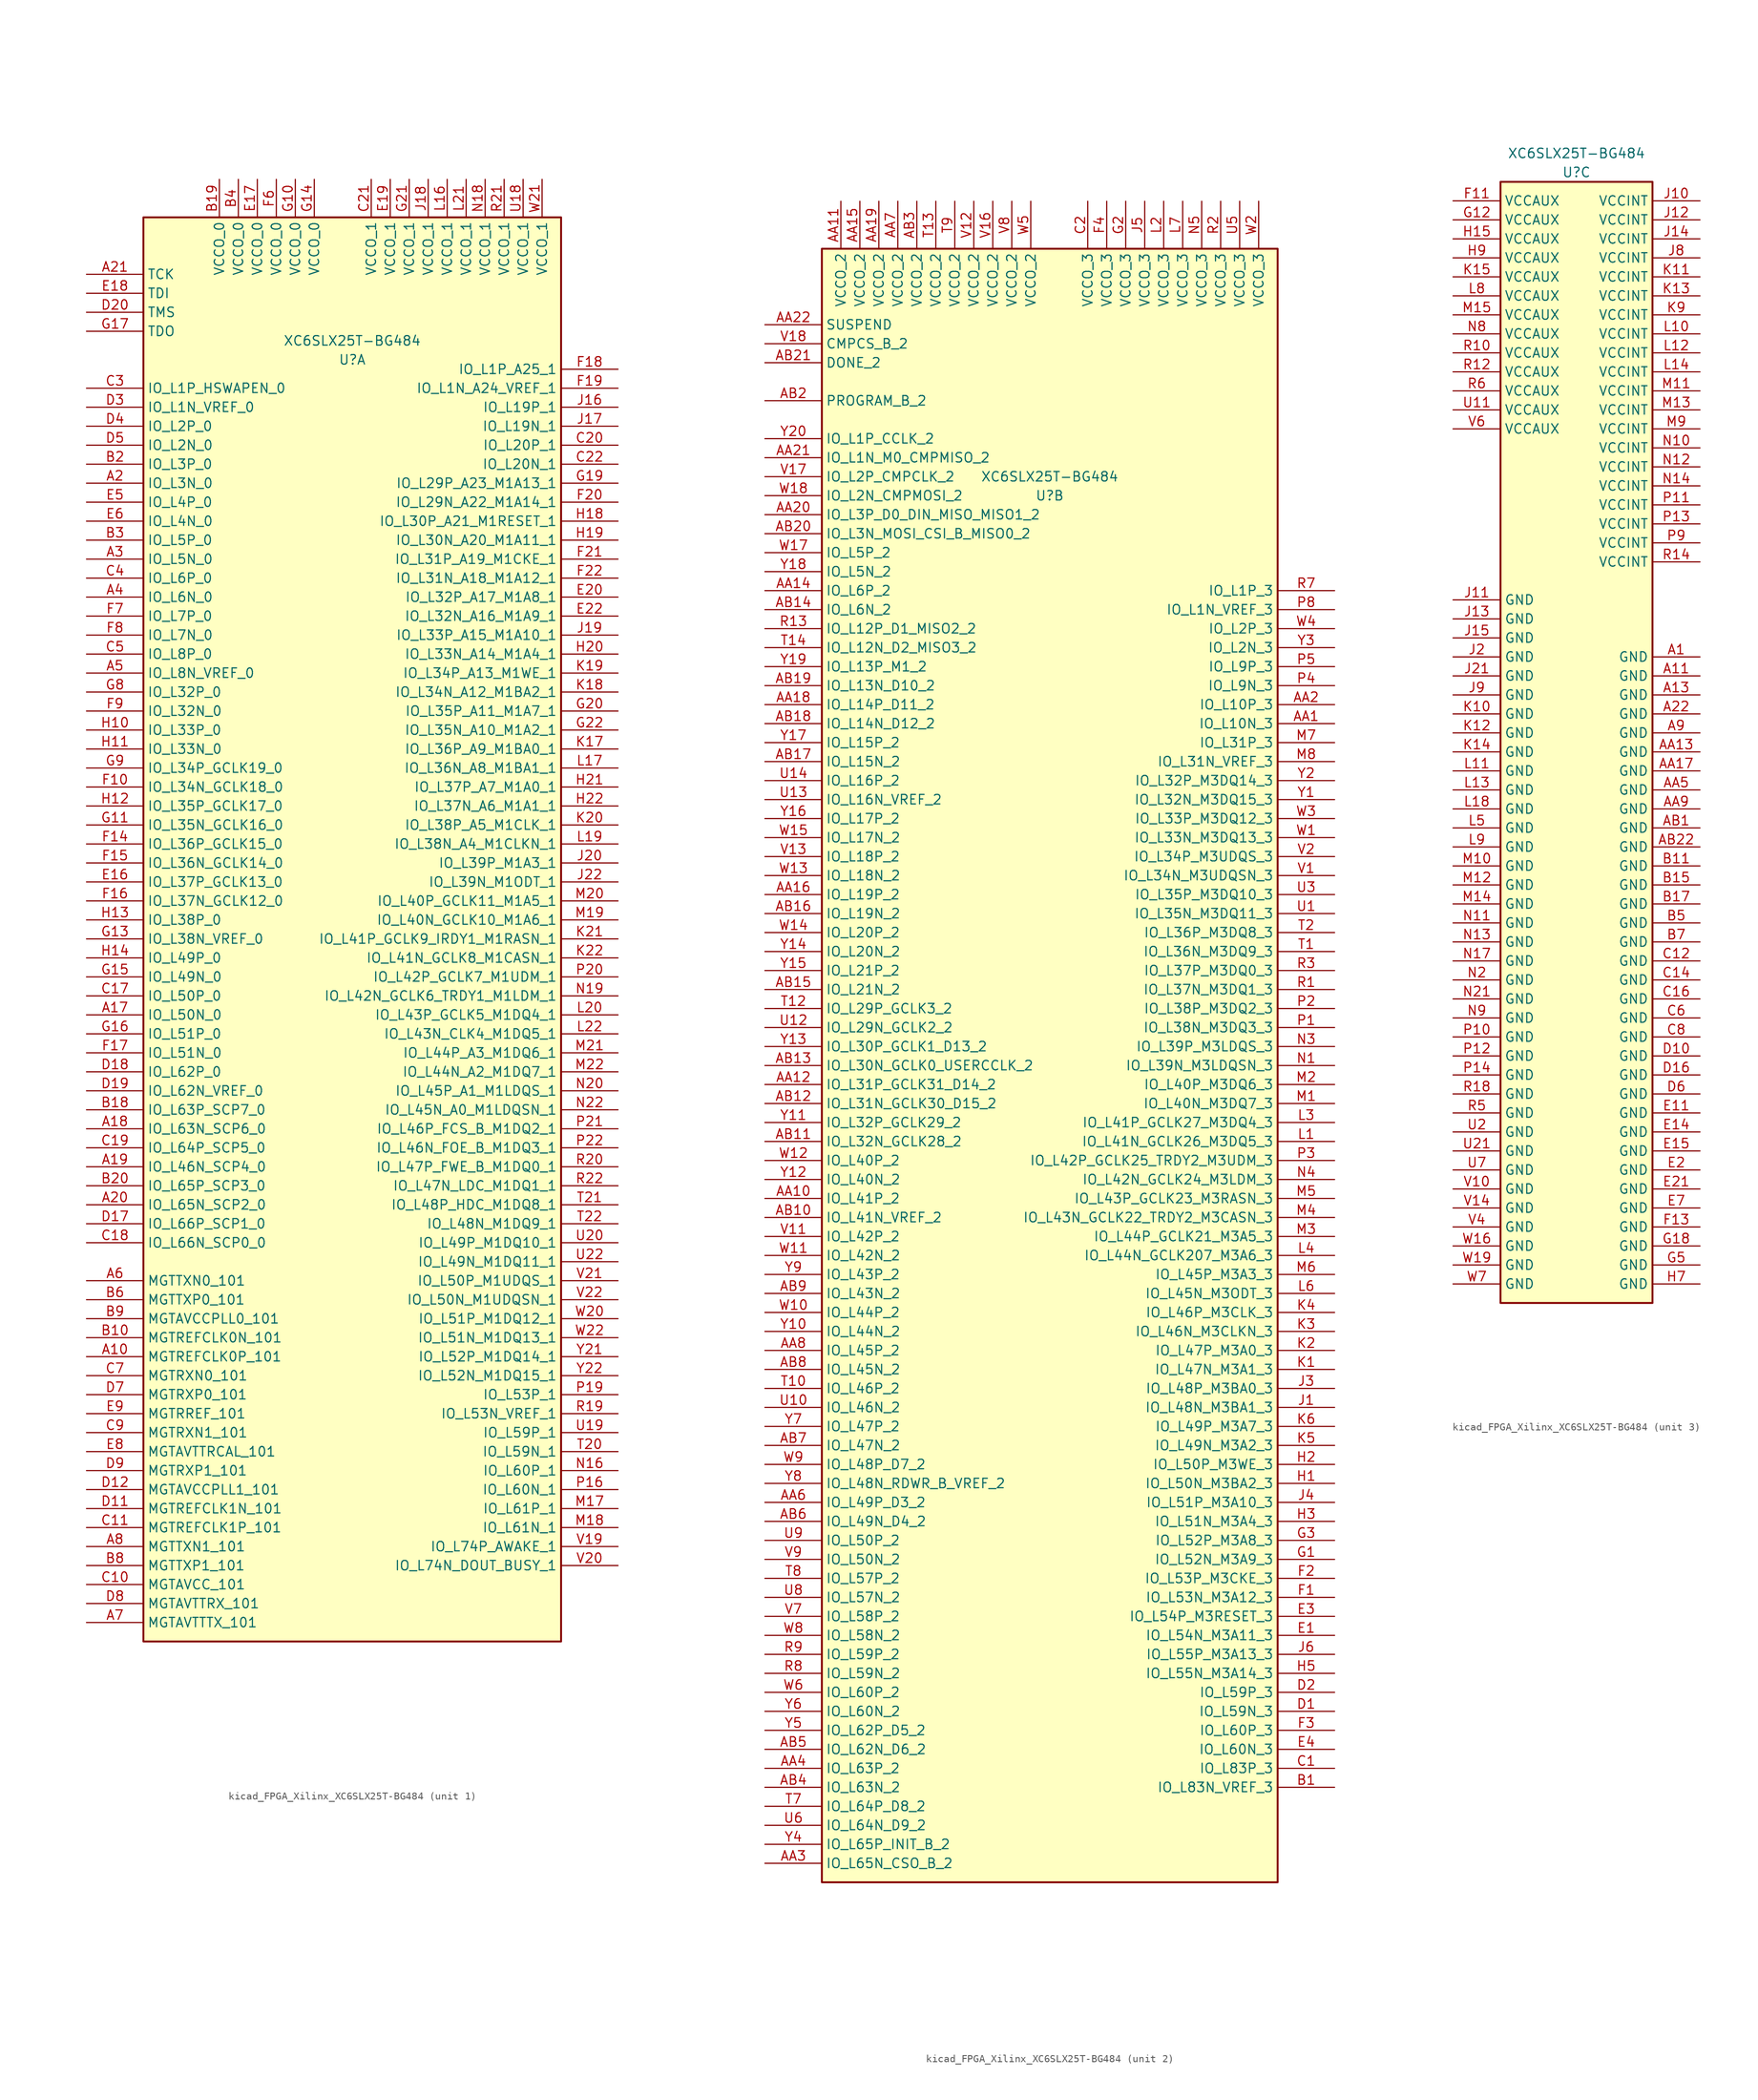
<source format=kicad_sym>
(kicad_symbol_lib
  (version 20220914)
  (generator kicad_symbol_editor)
  (symbol "kicad_FPGA_Xilinx_XC6SLX25T-BG484"
    (property "Reference" "U"
      (at 0 76.2 0)
      (effects (font (size 1.27 1.27))))
    (property "Value" "XC6SLX25T-BG484"
      (at 0 78.74 0)
      (effects (font (size 1.27 1.27))))
    (property "ki_locked" ""
      (at 0 0 0)
      (effects (font (size 1.27 1.27))))
    (symbol "kicad_FPGA_Xilinx_XC6SLX25T-BG484_1_1"
      (rectangle (start -27.94 95.25) (end 27.94 -95.25) (stroke (width 0.254) (type default)) (fill (type background)))
      (pin input line (at -35.56 -57.15 0) (length 7.62) (name "MGTREFCLK0P_101" (effects (font (size 1.27 1.27)))) (number "A10" (effects (font (size 1.27 1.27)))))
      (pin bidirectional line (at -35.56 -11.43 0) (length 7.62) (name "IO_L50N_0" (effects (font (size 1.27 1.27)))) (number "A17" (effects (font (size 1.27 1.27)))))
      (pin bidirectional line (at -35.56 -26.67 0) (length 7.62) (name "IO_L63N_SCP6_0" (effects (font (size 1.27 1.27)))) (number "A18" (effects (font (size 1.27 1.27)))))
      (pin bidirectional line (at -35.56 -31.75 0) (length 7.62) (name "IO_L46N_SCP4_0" (effects (font (size 1.27 1.27)))) (number "A19" (effects (font (size 1.27 1.27)))))
      (pin bidirectional line (at -35.56 59.69 0) (length 7.62) (name "IO_L3N_0" (effects (font (size 1.27 1.27)))) (number "A2" (effects (font (size 1.27 1.27)))))
      (pin bidirectional line (at -35.56 -36.83 0) (length 7.62) (name "IO_L65N_SCP2_0" (effects (font (size 1.27 1.27)))) (number "A20" (effects (font (size 1.27 1.27)))))
      (pin input line (at -35.56 87.63 0) (length 7.62) (name "TCK" (effects (font (size 1.27 1.27)))) (number "A21" (effects (font (size 1.27 1.27)))))
      (pin bidirectional line (at -35.56 49.53 0) (length 7.62) (name "IO_L5N_0" (effects (font (size 1.27 1.27)))) (number "A3" (effects (font (size 1.27 1.27)))))
      (pin bidirectional line (at -35.56 44.45 0) (length 7.62) (name "IO_L6N_0" (effects (font (size 1.27 1.27)))) (number "A4" (effects (font (size 1.27 1.27)))))
      (pin bidirectional line (at -35.56 34.29 0) (length 7.62) (name "IO_L8N_VREF_0" (effects (font (size 1.27 1.27)))) (number "A5" (effects (font (size 1.27 1.27)))))
      (pin output line (at -35.56 -46.99 0) (length 7.62) (name "MGTTXN0_101" (effects (font (size 1.27 1.27)))) (number "A6" (effects (font (size 1.27 1.27)))))
      (pin passive line (at -35.56 -92.71 0) (length 7.62) (name "MGTAVTTTX_101" (effects (font (size 1.27 1.27)))) (number "A7" (effects (font (size 1.27 1.27)))))
      (pin output line (at -35.56 -82.55 0) (length 7.62) (name "MGTTXN1_101" (effects (font (size 1.27 1.27)))) (number "A8" (effects (font (size 1.27 1.27)))))
      (pin input line (at -35.56 -54.61 0) (length 7.62) (name "MGTREFCLK0N_101" (effects (font (size 1.27 1.27)))) (number "B10" (effects (font (size 1.27 1.27)))))
      (pin bidirectional line (at -35.56 -24.13 0) (length 7.62) (name "IO_L63P_SCP7_0" (effects (font (size 1.27 1.27)))) (number "B18" (effects (font (size 1.27 1.27)))))
      (pin power_in line (at -17.78 100.33 270) (length 5.08) (name "VCCO_0" (effects (font (size 1.27 1.27)))) (number "B19" (effects (font (size 1.27 1.27)))))
      (pin bidirectional line (at -35.56 62.23 0) (length 7.62) (name "IO_L3P_0" (effects (font (size 1.27 1.27)))) (number "B2" (effects (font (size 1.27 1.27)))))
      (pin bidirectional line (at -35.56 -34.29 0) (length 7.62) (name "IO_L65P_SCP3_0" (effects (font (size 1.27 1.27)))) (number "B20" (effects (font (size 1.27 1.27)))))
      (pin bidirectional line (at -35.56 52.07 0) (length 7.62) (name "IO_L5P_0" (effects (font (size 1.27 1.27)))) (number "B3" (effects (font (size 1.27 1.27)))))
      (pin power_in line (at -15.24 100.33 270) (length 5.08) (name "VCCO_0" (effects (font (size 1.27 1.27)))) (number "B4" (effects (font (size 1.27 1.27)))))
      (pin output line (at -35.56 -49.53 0) (length 7.62) (name "MGTTXP0_101" (effects (font (size 1.27 1.27)))) (number "B6" (effects (font (size 1.27 1.27)))))
      (pin output line (at -35.56 -85.09 0) (length 7.62) (name "MGTTXP1_101" (effects (font (size 1.27 1.27)))) (number "B8" (effects (font (size 1.27 1.27)))))
      (pin passive line (at -35.56 -52.07 0) (length 7.62) (name "MGTAVCCPLL0_101" (effects (font (size 1.27 1.27)))) (number "B9" (effects (font (size 1.27 1.27)))))
      (pin passive line (at -35.56 -87.63 0) (length 7.62) (name "MGTAVCC_101" (effects (font (size 1.27 1.27)))) (number "C10" (effects (font (size 1.27 1.27)))))
      (pin input line (at -35.56 -80.01 0) (length 7.62) (name "MGTREFCLK1P_101" (effects (font (size 1.27 1.27)))) (number "C11" (effects (font (size 1.27 1.27)))))
      (pin bidirectional line (at -35.56 -8.89 0) (length 7.62) (name "IO_L50P_0" (effects (font (size 1.27 1.27)))) (number "C17" (effects (font (size 1.27 1.27)))))
      (pin bidirectional line (at -35.56 -41.91 0) (length 7.62) (name "IO_L66N_SCP0_0" (effects (font (size 1.27 1.27)))) (number "C18" (effects (font (size 1.27 1.27)))))
      (pin bidirectional line (at -35.56 -29.21 0) (length 7.62) (name "IO_L64P_SCP5_0" (effects (font (size 1.27 1.27)))) (number "C19" (effects (font (size 1.27 1.27)))))
      (pin bidirectional line (at 35.56 64.77 180) (length 7.62) (name "IO_L20P_1" (effects (font (size 1.27 1.27)))) (number "C20" (effects (font (size 1.27 1.27)))))
      (pin power_in line (at 2.54 100.33 270) (length 5.08) (name "VCCO_1" (effects (font (size 1.27 1.27)))) (number "C21" (effects (font (size 1.27 1.27)))))
      (pin bidirectional line (at 35.56 62.23 180) (length 7.62) (name "IO_L20N_1" (effects (font (size 1.27 1.27)))) (number "C22" (effects (font (size 1.27 1.27)))))
      (pin bidirectional line (at -35.56 72.39 0) (length 7.62) (name "IO_L1P_HSWAPEN_0" (effects (font (size 1.27 1.27)))) (number "C3" (effects (font (size 1.27 1.27)))))
      (pin bidirectional line (at -35.56 46.99 0) (length 7.62) (name "IO_L6P_0" (effects (font (size 1.27 1.27)))) (number "C4" (effects (font (size 1.27 1.27)))))
      (pin bidirectional line (at -35.56 36.83 0) (length 7.62) (name "IO_L8P_0" (effects (font (size 1.27 1.27)))) (number "C5" (effects (font (size 1.27 1.27)))))
      (pin input line (at -35.56 -59.69 0) (length 7.62) (name "MGTRXN0_101" (effects (font (size 1.27 1.27)))) (number "C7" (effects (font (size 1.27 1.27)))))
      (pin input line (at -35.56 -67.31 0) (length 7.62) (name "MGTRXN1_101" (effects (font (size 1.27 1.27)))) (number "C9" (effects (font (size 1.27 1.27)))))
      (pin input line (at -35.56 -77.47 0) (length 7.62) (name "MGTREFCLK1N_101" (effects (font (size 1.27 1.27)))) (number "D11" (effects (font (size 1.27 1.27)))))
      (pin passive line (at -35.56 -74.93 0) (length 7.62) (name "MGTAVCCPLL1_101" (effects (font (size 1.27 1.27)))) (number "D12" (effects (font (size 1.27 1.27)))))
      (pin bidirectional line (at -35.56 -39.37 0) (length 7.62) (name "IO_L66P_SCP1_0" (effects (font (size 1.27 1.27)))) (number "D17" (effects (font (size 1.27 1.27)))))
      (pin bidirectional line (at -35.56 -19.05 0) (length 7.62) (name "IO_L62P_0" (effects (font (size 1.27 1.27)))) (number "D18" (effects (font (size 1.27 1.27)))))
      (pin bidirectional line (at -35.56 -21.59 0) (length 7.62) (name "IO_L62N_VREF_0" (effects (font (size 1.27 1.27)))) (number "D19" (effects (font (size 1.27 1.27)))))
      (pin input line (at -35.56 82.55 0) (length 7.62) (name "TMS" (effects (font (size 1.27 1.27)))) (number "D20" (effects (font (size 1.27 1.27)))))
      (pin bidirectional line (at -35.56 69.85 0) (length 7.62) (name "IO_L1N_VREF_0" (effects (font (size 1.27 1.27)))) (number "D3" (effects (font (size 1.27 1.27)))))
      (pin bidirectional line (at -35.56 67.31 0) (length 7.62) (name "IO_L2P_0" (effects (font (size 1.27 1.27)))) (number "D4" (effects (font (size 1.27 1.27)))))
      (pin bidirectional line (at -35.56 64.77 0) (length 7.62) (name "IO_L2N_0" (effects (font (size 1.27 1.27)))) (number "D5" (effects (font (size 1.27 1.27)))))
      (pin input line (at -35.56 -62.23 0) (length 7.62) (name "MGTRXP0_101" (effects (font (size 1.27 1.27)))) (number "D7" (effects (font (size 1.27 1.27)))))
      (pin passive line (at -35.56 -90.17 0) (length 7.62) (name "MGTAVTTRX_101" (effects (font (size 1.27 1.27)))) (number "D8" (effects (font (size 1.27 1.27)))))
      (pin input line (at -35.56 -72.39 0) (length 7.62) (name "MGTRXP1_101" (effects (font (size 1.27 1.27)))) (number "D9" (effects (font (size 1.27 1.27)))))
      (pin bidirectional line (at -35.56 6.35 0) (length 7.62) (name "IO_L37P_GCLK13_0" (effects (font (size 1.27 1.27)))) (number "E16" (effects (font (size 1.27 1.27)))))
      (pin power_in line (at -12.7 100.33 270) (length 5.08) (name "VCCO_0" (effects (font (size 1.27 1.27)))) (number "E17" (effects (font (size 1.27 1.27)))))
      (pin input line (at -35.56 85.09 0) (length 7.62) (name "TDI" (effects (font (size 1.27 1.27)))) (number "E18" (effects (font (size 1.27 1.27)))))
      (pin power_in line (at 5.08 100.33 270) (length 5.08) (name "VCCO_1" (effects (font (size 1.27 1.27)))) (number "E19" (effects (font (size 1.27 1.27)))))
      (pin bidirectional line (at 35.56 44.45 180) (length 7.62) (name "IO_L32P_A17_M1A8_1" (effects (font (size 1.27 1.27)))) (number "E20" (effects (font (size 1.27 1.27)))))
      (pin bidirectional line (at 35.56 41.91 180) (length 7.62) (name "IO_L32N_A16_M1A9_1" (effects (font (size 1.27 1.27)))) (number "E22" (effects (font (size 1.27 1.27)))))
      (pin bidirectional line (at -35.56 57.15 0) (length 7.62) (name "IO_L4P_0" (effects (font (size 1.27 1.27)))) (number "E5" (effects (font (size 1.27 1.27)))))
      (pin bidirectional line (at -35.56 54.61 0) (length 7.62) (name "IO_L4N_0" (effects (font (size 1.27 1.27)))) (number "E6" (effects (font (size 1.27 1.27)))))
      (pin passive line (at -35.56 -69.85 0) (length 7.62) (name "MGTAVTTRCAL_101" (effects (font (size 1.27 1.27)))) (number "E8" (effects (font (size 1.27 1.27)))))
      (pin input line (at -35.56 -64.77 0) (length 7.62) (name "MGTRREF_101" (effects (font (size 1.27 1.27)))) (number "E9" (effects (font (size 1.27 1.27)))))
      (pin bidirectional line (at -35.56 19.05 0) (length 7.62) (name "IO_L34N_GCLK18_0" (effects (font (size 1.27 1.27)))) (number "F10" (effects (font (size 1.27 1.27)))))
      (pin bidirectional line (at -35.56 11.43 0) (length 7.62) (name "IO_L36P_GCLK15_0" (effects (font (size 1.27 1.27)))) (number "F14" (effects (font (size 1.27 1.27)))))
      (pin bidirectional line (at -35.56 8.89 0) (length 7.62) (name "IO_L36N_GCLK14_0" (effects (font (size 1.27 1.27)))) (number "F15" (effects (font (size 1.27 1.27)))))
      (pin bidirectional line (at -35.56 3.81 0) (length 7.62) (name "IO_L37N_GCLK12_0" (effects (font (size 1.27 1.27)))) (number "F16" (effects (font (size 1.27 1.27)))))
      (pin bidirectional line (at -35.56 -16.51 0) (length 7.62) (name "IO_L51N_0" (effects (font (size 1.27 1.27)))) (number "F17" (effects (font (size 1.27 1.27)))))
      (pin bidirectional line (at 35.56 74.93 180) (length 7.62) (name "IO_L1P_A25_1" (effects (font (size 1.27 1.27)))) (number "F18" (effects (font (size 1.27 1.27)))))
      (pin bidirectional line (at 35.56 72.39 180) (length 7.62) (name "IO_L1N_A24_VREF_1" (effects (font (size 1.27 1.27)))) (number "F19" (effects (font (size 1.27 1.27)))))
      (pin bidirectional line (at 35.56 57.15 180) (length 7.62) (name "IO_L29N_A22_M1A14_1" (effects (font (size 1.27 1.27)))) (number "F20" (effects (font (size 1.27 1.27)))))
      (pin bidirectional line (at 35.56 49.53 180) (length 7.62) (name "IO_L31P_A19_M1CKE_1" (effects (font (size 1.27 1.27)))) (number "F21" (effects (font (size 1.27 1.27)))))
      (pin bidirectional line (at 35.56 46.99 180) (length 7.62) (name "IO_L31N_A18_M1A12_1" (effects (font (size 1.27 1.27)))) (number "F22" (effects (font (size 1.27 1.27)))))
      (pin power_in line (at -10.16 100.33 270) (length 5.08) (name "VCCO_0" (effects (font (size 1.27 1.27)))) (number "F6" (effects (font (size 1.27 1.27)))))
      (pin bidirectional line (at -35.56 41.91 0) (length 7.62) (name "IO_L7P_0" (effects (font (size 1.27 1.27)))) (number "F7" (effects (font (size 1.27 1.27)))))
      (pin bidirectional line (at -35.56 39.37 0) (length 7.62) (name "IO_L7N_0" (effects (font (size 1.27 1.27)))) (number "F8" (effects (font (size 1.27 1.27)))))
      (pin bidirectional line (at -35.56 29.21 0) (length 7.62) (name "IO_L32N_0" (effects (font (size 1.27 1.27)))) (number "F9" (effects (font (size 1.27 1.27)))))
      (pin power_in line (at -7.62 100.33 270) (length 5.08) (name "VCCO_0" (effects (font (size 1.27 1.27)))) (number "G10" (effects (font (size 1.27 1.27)))))
      (pin bidirectional line (at -35.56 13.97 0) (length 7.62) (name "IO_L35N_GCLK16_0" (effects (font (size 1.27 1.27)))) (number "G11" (effects (font (size 1.27 1.27)))))
      (pin bidirectional line (at -35.56 -1.27 0) (length 7.62) (name "IO_L38N_VREF_0" (effects (font (size 1.27 1.27)))) (number "G13" (effects (font (size 1.27 1.27)))))
      (pin power_in line (at -5.08 100.33 270) (length 5.08) (name "VCCO_0" (effects (font (size 1.27 1.27)))) (number "G14" (effects (font (size 1.27 1.27)))))
      (pin bidirectional line (at -35.56 -6.35 0) (length 7.62) (name "IO_L49N_0" (effects (font (size 1.27 1.27)))) (number "G15" (effects (font (size 1.27 1.27)))))
      (pin bidirectional line (at -35.56 -13.97 0) (length 7.62) (name "IO_L51P_0" (effects (font (size 1.27 1.27)))) (number "G16" (effects (font (size 1.27 1.27)))))
      (pin output line (at -35.56 80.01 0) (length 7.62) (name "TDO" (effects (font (size 1.27 1.27)))) (number "G17" (effects (font (size 1.27 1.27)))))
      (pin bidirectional line (at 35.56 59.69 180) (length 7.62) (name "IO_L29P_A23_M1A13_1" (effects (font (size 1.27 1.27)))) (number "G19" (effects (font (size 1.27 1.27)))))
      (pin bidirectional line (at 35.56 29.21 180) (length 7.62) (name "IO_L35P_A11_M1A7_1" (effects (font (size 1.27 1.27)))) (number "G20" (effects (font (size 1.27 1.27)))))
      (pin power_in line (at 7.62 100.33 270) (length 5.08) (name "VCCO_1" (effects (font (size 1.27 1.27)))) (number "G21" (effects (font (size 1.27 1.27)))))
      (pin bidirectional line (at 35.56 26.67 180) (length 7.62) (name "IO_L35N_A10_M1A2_1" (effects (font (size 1.27 1.27)))) (number "G22" (effects (font (size 1.27 1.27)))))
      (pin bidirectional line (at -35.56 31.75 0) (length 7.62) (name "IO_L32P_0" (effects (font (size 1.27 1.27)))) (number "G8" (effects (font (size 1.27 1.27)))))
      (pin bidirectional line (at -35.56 21.59 0) (length 7.62) (name "IO_L34P_GCLK19_0" (effects (font (size 1.27 1.27)))) (number "G9" (effects (font (size 1.27 1.27)))))
      (pin bidirectional line (at -35.56 26.67 0) (length 7.62) (name "IO_L33P_0" (effects (font (size 1.27 1.27)))) (number "H10" (effects (font (size 1.27 1.27)))))
      (pin bidirectional line (at -35.56 24.13 0) (length 7.62) (name "IO_L33N_0" (effects (font (size 1.27 1.27)))) (number "H11" (effects (font (size 1.27 1.27)))))
      (pin bidirectional line (at -35.56 16.51 0) (length 7.62) (name "IO_L35P_GCLK17_0" (effects (font (size 1.27 1.27)))) (number "H12" (effects (font (size 1.27 1.27)))))
      (pin bidirectional line (at -35.56 1.27 0) (length 7.62) (name "IO_L38P_0" (effects (font (size 1.27 1.27)))) (number "H13" (effects (font (size 1.27 1.27)))))
      (pin bidirectional line (at -35.56 -3.81 0) (length 7.62) (name "IO_L49P_0" (effects (font (size 1.27 1.27)))) (number "H14" (effects (font (size 1.27 1.27)))))
      (pin bidirectional line (at 35.56 54.61 180) (length 7.62) (name "IO_L30P_A21_M1RESET_1" (effects (font (size 1.27 1.27)))) (number "H18" (effects (font (size 1.27 1.27)))))
      (pin bidirectional line (at 35.56 52.07 180) (length 7.62) (name "IO_L30N_A20_M1A11_1" (effects (font (size 1.27 1.27)))) (number "H19" (effects (font (size 1.27 1.27)))))
      (pin bidirectional line (at 35.56 36.83 180) (length 7.62) (name "IO_L33N_A14_M1A4_1" (effects (font (size 1.27 1.27)))) (number "H20" (effects (font (size 1.27 1.27)))))
      (pin bidirectional line (at 35.56 19.05 180) (length 7.62) (name "IO_L37P_A7_M1A0_1" (effects (font (size 1.27 1.27)))) (number "H21" (effects (font (size 1.27 1.27)))))
      (pin bidirectional line (at 35.56 16.51 180) (length 7.62) (name "IO_L37N_A6_M1A1_1" (effects (font (size 1.27 1.27)))) (number "H22" (effects (font (size 1.27 1.27)))))
      (pin bidirectional line (at 35.56 69.85 180) (length 7.62) (name "IO_L19P_1" (effects (font (size 1.27 1.27)))) (number "J16" (effects (font (size 1.27 1.27)))))
      (pin bidirectional line (at 35.56 67.31 180) (length 7.62) (name "IO_L19N_1" (effects (font (size 1.27 1.27)))) (number "J17" (effects (font (size 1.27 1.27)))))
      (pin power_in line (at 10.16 100.33 270) (length 5.08) (name "VCCO_1" (effects (font (size 1.27 1.27)))) (number "J18" (effects (font (size 1.27 1.27)))))
      (pin bidirectional line (at 35.56 39.37 180) (length 7.62) (name "IO_L33P_A15_M1A10_1" (effects (font (size 1.27 1.27)))) (number "J19" (effects (font (size 1.27 1.27)))))
      (pin bidirectional line (at 35.56 8.89 180) (length 7.62) (name "IO_L39P_M1A3_1" (effects (font (size 1.27 1.27)))) (number "J20" (effects (font (size 1.27 1.27)))))
      (pin bidirectional line (at 35.56 6.35 180) (length 7.62) (name "IO_L39N_M1ODT_1" (effects (font (size 1.27 1.27)))) (number "J22" (effects (font (size 1.27 1.27)))))
      (pin input line (at 35.56 24.13 180) (length 7.62) (name "IO_L36P_A9_M1BA0_1" (effects (font (size 1.27 1.27)))) (number "K17" (effects (font (size 1.27 1.27)))))
      (pin bidirectional line (at 35.56 31.75 180) (length 7.62) (name "IO_L34N_A12_M1BA2_1" (effects (font (size 1.27 1.27)))) (number "K18" (effects (font (size 1.27 1.27)))))
      (pin bidirectional line (at 35.56 34.29 180) (length 7.62) (name "IO_L34P_A13_M1WE_1" (effects (font (size 1.27 1.27)))) (number "K19" (effects (font (size 1.27 1.27)))))
      (pin bidirectional line (at 35.56 13.97 180) (length 7.62) (name "IO_L38P_A5_M1CLK_1" (effects (font (size 1.27 1.27)))) (number "K20" (effects (font (size 1.27 1.27)))))
      (pin bidirectional line (at 35.56 -1.27 180) (length 7.62) (name "IO_L41P_GCLK9_IRDY1_M1RASN_1" (effects (font (size 1.27 1.27)))) (number "K21" (effects (font (size 1.27 1.27)))))
      (pin bidirectional line (at 35.56 -3.81 180) (length 7.62) (name "IO_L41N_GCLK8_M1CASN_1" (effects (font (size 1.27 1.27)))) (number "K22" (effects (font (size 1.27 1.27)))))
      (pin power_in line (at 12.7 100.33 270) (length 5.08) (name "VCCO_1" (effects (font (size 1.27 1.27)))) (number "L16" (effects (font (size 1.27 1.27)))))
      (pin bidirectional line (at 35.56 21.59 180) (length 7.62) (name "IO_L36N_A8_M1BA1_1" (effects (font (size 1.27 1.27)))) (number "L17" (effects (font (size 1.27 1.27)))))
      (pin bidirectional line (at 35.56 11.43 180) (length 7.62) (name "IO_L38N_A4_M1CLKN_1" (effects (font (size 1.27 1.27)))) (number "L19" (effects (font (size 1.27 1.27)))))
      (pin bidirectional line (at 35.56 -11.43 180) (length 7.62) (name "IO_L43P_GCLK5_M1DQ4_1" (effects (font (size 1.27 1.27)))) (number "L20" (effects (font (size 1.27 1.27)))))
      (pin power_in line (at 15.24 100.33 270) (length 5.08) (name "VCCO_1" (effects (font (size 1.27 1.27)))) (number "L21" (effects (font (size 1.27 1.27)))))
      (pin bidirectional line (at 35.56 -13.97 180) (length 7.62) (name "IO_L43N_CLK4_M1DQ5_1" (effects (font (size 1.27 1.27)))) (number "L22" (effects (font (size 1.27 1.27)))))
      (pin bidirectional line (at 35.56 -77.47 180) (length 7.62) (name "IO_L61P_1" (effects (font (size 1.27 1.27)))) (number "M17" (effects (font (size 1.27 1.27)))))
      (pin bidirectional line (at 35.56 -80.01 180) (length 7.62) (name "IO_L61N_1" (effects (font (size 1.27 1.27)))) (number "M18" (effects (font (size 1.27 1.27)))))
      (pin bidirectional line (at 35.56 1.27 180) (length 7.62) (name "IO_L40N_GCLK10_M1A6_1" (effects (font (size 1.27 1.27)))) (number "M19" (effects (font (size 1.27 1.27)))))
      (pin bidirectional line (at 35.56 3.81 180) (length 7.62) (name "IO_L40P_GCLK11_M1A5_1" (effects (font (size 1.27 1.27)))) (number "M20" (effects (font (size 1.27 1.27)))))
      (pin bidirectional line (at 35.56 -16.51 180) (length 7.62) (name "IO_L44P_A3_M1DQ6_1" (effects (font (size 1.27 1.27)))) (number "M21" (effects (font (size 1.27 1.27)))))
      (pin bidirectional line (at 35.56 -19.05 180) (length 7.62) (name "IO_L44N_A2_M1DQ7_1" (effects (font (size 1.27 1.27)))) (number "M22" (effects (font (size 1.27 1.27)))))
      (pin bidirectional line (at 35.56 -72.39 180) (length 7.62) (name "IO_L60P_1" (effects (font (size 1.27 1.27)))) (number "N16" (effects (font (size 1.27 1.27)))))
      (pin power_in line (at 17.78 100.33 270) (length 5.08) (name "VCCO_1" (effects (font (size 1.27 1.27)))) (number "N18" (effects (font (size 1.27 1.27)))))
      (pin bidirectional line (at 35.56 -8.89 180) (length 7.62) (name "IO_L42N_GCLK6_TRDY1_M1LDM_1" (effects (font (size 1.27 1.27)))) (number "N19" (effects (font (size 1.27 1.27)))))
      (pin bidirectional line (at 35.56 -21.59 180) (length 7.62) (name "IO_L45P_A1_M1LDQS_1" (effects (font (size 1.27 1.27)))) (number "N20" (effects (font (size 1.27 1.27)))))
      (pin bidirectional line (at 35.56 -24.13 180) (length 7.62) (name "IO_L45N_A0_M1LDQSN_1" (effects (font (size 1.27 1.27)))) (number "N22" (effects (font (size 1.27 1.27)))))
      (pin bidirectional line (at 35.56 -74.93 180) (length 7.62) (name "IO_L60N_1" (effects (font (size 1.27 1.27)))) (number "P16" (effects (font (size 1.27 1.27)))))
      (pin bidirectional line (at 35.56 -62.23 180) (length 7.62) (name "IO_L53P_1" (effects (font (size 1.27 1.27)))) (number "P19" (effects (font (size 1.27 1.27)))))
      (pin bidirectional line (at 35.56 -6.35 180) (length 7.62) (name "IO_L42P_GCLK7_M1UDM_1" (effects (font (size 1.27 1.27)))) (number "P20" (effects (font (size 1.27 1.27)))))
      (pin bidirectional line (at 35.56 -26.67 180) (length 7.62) (name "IO_L46P_FCS_B_M1DQ2_1" (effects (font (size 1.27 1.27)))) (number "P21" (effects (font (size 1.27 1.27)))))
      (pin bidirectional line (at 35.56 -29.21 180) (length 7.62) (name "IO_L46N_FOE_B_M1DQ3_1" (effects (font (size 1.27 1.27)))) (number "P22" (effects (font (size 1.27 1.27)))))
      (pin bidirectional line (at 35.56 -64.77 180) (length 7.62) (name "IO_L53N_VREF_1" (effects (font (size 1.27 1.27)))) (number "R19" (effects (font (size 1.27 1.27)))))
      (pin bidirectional line (at 35.56 -31.75 180) (length 7.62) (name "IO_L47P_FWE_B_M1DQ0_1" (effects (font (size 1.27 1.27)))) (number "R20" (effects (font (size 1.27 1.27)))))
      (pin power_in line (at 20.32 100.33 270) (length 5.08) (name "VCCO_1" (effects (font (size 1.27 1.27)))) (number "R21" (effects (font (size 1.27 1.27)))))
      (pin bidirectional line (at 35.56 -34.29 180) (length 7.62) (name "IO_L47N_LDC_M1DQ1_1" (effects (font (size 1.27 1.27)))) (number "R22" (effects (font (size 1.27 1.27)))))
      (pin bidirectional line (at 35.56 -69.85 180) (length 7.62) (name "IO_L59N_1" (effects (font (size 1.27 1.27)))) (number "T20" (effects (font (size 1.27 1.27)))))
      (pin bidirectional line (at 35.56 -36.83 180) (length 7.62) (name "IO_L48P_HDC_M1DQ8_1" (effects (font (size 1.27 1.27)))) (number "T21" (effects (font (size 1.27 1.27)))))
      (pin bidirectional line (at 35.56 -39.37 180) (length 7.62) (name "IO_L48N_M1DQ9_1" (effects (font (size 1.27 1.27)))) (number "T22" (effects (font (size 1.27 1.27)))))
      (pin power_in line (at 22.86 100.33 270) (length 5.08) (name "VCCO_1" (effects (font (size 1.27 1.27)))) (number "U18" (effects (font (size 1.27 1.27)))))
      (pin bidirectional line (at 35.56 -67.31 180) (length 7.62) (name "IO_L59P_1" (effects (font (size 1.27 1.27)))) (number "U19" (effects (font (size 1.27 1.27)))))
      (pin bidirectional line (at 35.56 -41.91 180) (length 7.62) (name "IO_L49P_M1DQ10_1" (effects (font (size 1.27 1.27)))) (number "U20" (effects (font (size 1.27 1.27)))))
      (pin bidirectional line (at 35.56 -44.45 180) (length 7.62) (name "IO_L49N_M1DQ11_1" (effects (font (size 1.27 1.27)))) (number "U22" (effects (font (size 1.27 1.27)))))
      (pin bidirectional line (at 35.56 -82.55 180) (length 7.62) (name "IO_L74P_AWAKE_1" (effects (font (size 1.27 1.27)))) (number "V19" (effects (font (size 1.27 1.27)))))
      (pin bidirectional line (at 35.56 -85.09 180) (length 7.62) (name "IO_L74N_DOUT_BUSY_1" (effects (font (size 1.27 1.27)))) (number "V20" (effects (font (size 1.27 1.27)))))
      (pin bidirectional line (at 35.56 -46.99 180) (length 7.62) (name "IO_L50P_M1UDQS_1" (effects (font (size 1.27 1.27)))) (number "V21" (effects (font (size 1.27 1.27)))))
      (pin bidirectional line (at 35.56 -49.53 180) (length 7.62) (name "IO_L50N_M1UDQSN_1" (effects (font (size 1.27 1.27)))) (number "V22" (effects (font (size 1.27 1.27)))))
      (pin bidirectional line (at 35.56 -52.07 180) (length 7.62) (name "IO_L51P_M1DQ12_1" (effects (font (size 1.27 1.27)))) (number "W20" (effects (font (size 1.27 1.27)))))
      (pin power_in line (at 25.4 100.33 270) (length 5.08) (name "VCCO_1" (effects (font (size 1.27 1.27)))) (number "W21" (effects (font (size 1.27 1.27)))))
      (pin bidirectional line (at 35.56 -54.61 180) (length 7.62) (name "IO_L51N_M1DQ13_1" (effects (font (size 1.27 1.27)))) (number "W22" (effects (font (size 1.27 1.27)))))
      (pin bidirectional line (at 35.56 -57.15 180) (length 7.62) (name "IO_L52P_M1DQ14_1" (effects (font (size 1.27 1.27)))) (number "Y21" (effects (font (size 1.27 1.27)))))
      (pin bidirectional line (at 35.56 -59.69 180) (length 7.62) (name "IO_L52N_M1DQ15_1" (effects (font (size 1.27 1.27)))) (number "Y22" (effects (font (size 1.27 1.27))))))
    (symbol "kicad_FPGA_Xilinx_XC6SLX25T-BG484_2_1"
      (rectangle (start -30.48 109.22) (end 30.48 -109.22) (stroke (width 0.254) (type default)) (fill (type background)))
      (pin bidirectional line (at 38.1 45.72 180) (length 7.62) (name "IO_L10N_3" (effects (font (size 1.27 1.27)))) (number "AA1" (effects (font (size 1.27 1.27)))))
      (pin bidirectional line (at -38.1 -17.78 0) (length 7.62) (name "IO_L41P_2" (effects (font (size 1.27 1.27)))) (number "AA10" (effects (font (size 1.27 1.27)))))
      (pin power_in line (at -27.94 115.57 270) (length 6.35) (name "VCCO_2" (effects (font (size 1.27 1.27)))) (number "AA11" (effects (font (size 1.27 1.27)))))
      (pin bidirectional line (at -38.1 -2.54 0) (length 7.62) (name "IO_L31P_GCLK31_D14_2" (effects (font (size 1.27 1.27)))) (number "AA12" (effects (font (size 1.27 1.27)))))
      (pin bidirectional line (at -38.1 63.5 0) (length 7.62) (name "IO_L6P_2" (effects (font (size 1.27 1.27)))) (number "AA14" (effects (font (size 1.27 1.27)))))
      (pin power_in line (at -25.4 115.57 270) (length 6.35) (name "VCCO_2" (effects (font (size 1.27 1.27)))) (number "AA15" (effects (font (size 1.27 1.27)))))
      (pin bidirectional line (at -38.1 22.86 0) (length 7.62) (name "IO_L19P_2" (effects (font (size 1.27 1.27)))) (number "AA16" (effects (font (size 1.27 1.27)))))
      (pin bidirectional line (at -38.1 48.26 0) (length 7.62) (name "IO_L14P_D11_2" (effects (font (size 1.27 1.27)))) (number "AA18" (effects (font (size 1.27 1.27)))))
      (pin power_in line (at -22.86 115.57 270) (length 6.35) (name "VCCO_2" (effects (font (size 1.27 1.27)))) (number "AA19" (effects (font (size 1.27 1.27)))))
      (pin bidirectional line (at 38.1 48.26 180) (length 7.62) (name "IO_L10P_3" (effects (font (size 1.27 1.27)))) (number "AA2" (effects (font (size 1.27 1.27)))))
      (pin bidirectional line (at -38.1 73.66 0) (length 7.62) (name "IO_L3P_D0_DIN_MISO_MISO1_2" (effects (font (size 1.27 1.27)))) (number "AA20" (effects (font (size 1.27 1.27)))))
      (pin bidirectional line (at -38.1 81.28 0) (length 7.62) (name "IO_L1N_M0_CMPMISO_2" (effects (font (size 1.27 1.27)))) (number "AA21" (effects (font (size 1.27 1.27)))))
      (pin input line (at -38.1 99.06 0) (length 7.62) (name "SUSPEND" (effects (font (size 1.27 1.27)))) (number "AA22" (effects (font (size 1.27 1.27)))))
      (pin bidirectional line (at -38.1 -106.68 0) (length 7.62) (name "IO_L65N_CSO_B_2" (effects (font (size 1.27 1.27)))) (number "AA3" (effects (font (size 1.27 1.27)))))
      (pin bidirectional line (at -38.1 -93.98 0) (length 7.62) (name "IO_L63P_2" (effects (font (size 1.27 1.27)))) (number "AA4" (effects (font (size 1.27 1.27)))))
      (pin bidirectional line (at -38.1 -58.42 0) (length 7.62) (name "IO_L49P_D3_2" (effects (font (size 1.27 1.27)))) (number "AA6" (effects (font (size 1.27 1.27)))))
      (pin power_in line (at -20.32 115.57 270) (length 6.35) (name "VCCO_2" (effects (font (size 1.27 1.27)))) (number "AA7" (effects (font (size 1.27 1.27)))))
      (pin bidirectional line (at -38.1 -38.1 0) (length 7.62) (name "IO_L45P_2" (effects (font (size 1.27 1.27)))) (number "AA8" (effects (font (size 1.27 1.27)))))
      (pin bidirectional line (at -38.1 -20.32 0) (length 7.62) (name "IO_L41N_VREF_2" (effects (font (size 1.27 1.27)))) (number "AB10" (effects (font (size 1.27 1.27)))))
      (pin bidirectional line (at -38.1 -10.16 0) (length 7.62) (name "IO_L32N_GCLK28_2" (effects (font (size 1.27 1.27)))) (number "AB11" (effects (font (size 1.27 1.27)))))
      (pin bidirectional line (at -38.1 -5.08 0) (length 7.62) (name "IO_L31N_GCLK30_D15_2" (effects (font (size 1.27 1.27)))) (number "AB12" (effects (font (size 1.27 1.27)))))
      (pin bidirectional line (at -38.1 0 0) (length 7.62) (name "IO_L30N_GCLK0_USERCCLK_2" (effects (font (size 1.27 1.27)))) (number "AB13" (effects (font (size 1.27 1.27)))))
      (pin bidirectional line (at -38.1 60.96 0) (length 7.62) (name "IO_L6N_2" (effects (font (size 1.27 1.27)))) (number "AB14" (effects (font (size 1.27 1.27)))))
      (pin bidirectional line (at -38.1 10.16 0) (length 7.62) (name "IO_L21N_2" (effects (font (size 1.27 1.27)))) (number "AB15" (effects (font (size 1.27 1.27)))))
      (pin bidirectional line (at -38.1 20.32 0) (length 7.62) (name "IO_L19N_2" (effects (font (size 1.27 1.27)))) (number "AB16" (effects (font (size 1.27 1.27)))))
      (pin bidirectional line (at -38.1 40.64 0) (length 7.62) (name "IO_L15N_2" (effects (font (size 1.27 1.27)))) (number "AB17" (effects (font (size 1.27 1.27)))))
      (pin bidirectional line (at -38.1 45.72 0) (length 7.62) (name "IO_L14N_D12_2" (effects (font (size 1.27 1.27)))) (number "AB18" (effects (font (size 1.27 1.27)))))
      (pin bidirectional line (at -38.1 50.8 0) (length 7.62) (name "IO_L13N_D10_2" (effects (font (size 1.27 1.27)))) (number "AB19" (effects (font (size 1.27 1.27)))))
      (pin input line (at -38.1 88.9 0) (length 7.62) (name "PROGRAM_B_2" (effects (font (size 1.27 1.27)))) (number "AB2" (effects (font (size 1.27 1.27)))))
      (pin bidirectional line (at -38.1 71.12 0) (length 7.62) (name "IO_L3N_MOSI_CSI_B_MISO0_2" (effects (font (size 1.27 1.27)))) (number "AB20" (effects (font (size 1.27 1.27)))))
      (pin bidirectional line (at -38.1 93.98 0) (length 7.62) (name "DONE_2" (effects (font (size 1.27 1.27)))) (number "AB21" (effects (font (size 1.27 1.27)))))
      (pin power_in line (at -17.78 115.57 270) (length 6.35) (name "VCCO_2" (effects (font (size 1.27 1.27)))) (number "AB3" (effects (font (size 1.27 1.27)))))
      (pin bidirectional line (at -38.1 -96.52 0) (length 7.62) (name "IO_L63N_2" (effects (font (size 1.27 1.27)))) (number "AB4" (effects (font (size 1.27 1.27)))))
      (pin bidirectional line (at -38.1 -91.44 0) (length 7.62) (name "IO_L62N_D6_2" (effects (font (size 1.27 1.27)))) (number "AB5" (effects (font (size 1.27 1.27)))))
      (pin bidirectional line (at -38.1 -60.96 0) (length 7.62) (name "IO_L49N_D4_2" (effects (font (size 1.27 1.27)))) (number "AB6" (effects (font (size 1.27 1.27)))))
      (pin bidirectional line (at -38.1 -50.8 0) (length 7.62) (name "IO_L47N_2" (effects (font (size 1.27 1.27)))) (number "AB7" (effects (font (size 1.27 1.27)))))
      (pin bidirectional line (at -38.1 -40.64 0) (length 7.62) (name "IO_L45N_2" (effects (font (size 1.27 1.27)))) (number "AB8" (effects (font (size 1.27 1.27)))))
      (pin bidirectional line (at -38.1 -30.48 0) (length 7.62) (name "IO_L43N_2" (effects (font (size 1.27 1.27)))) (number "AB9" (effects (font (size 1.27 1.27)))))
      (pin bidirectional line (at 38.1 -96.52 180) (length 7.62) (name "IO_L83N_VREF_3" (effects (font (size 1.27 1.27)))) (number "B1" (effects (font (size 1.27 1.27)))))
      (pin bidirectional line (at 38.1 -93.98 180) (length 7.62) (name "IO_L83P_3" (effects (font (size 1.27 1.27)))) (number "C1" (effects (font (size 1.27 1.27)))))
      (pin power_in line (at 5.08 115.57 270) (length 6.35) (name "VCCO_3" (effects (font (size 1.27 1.27)))) (number "C2" (effects (font (size 1.27 1.27)))))
      (pin bidirectional line (at 38.1 -86.36 180) (length 7.62) (name "IO_L59N_3" (effects (font (size 1.27 1.27)))) (number "D1" (effects (font (size 1.27 1.27)))))
      (pin bidirectional line (at 38.1 -83.82 180) (length 7.62) (name "IO_L59P_3" (effects (font (size 1.27 1.27)))) (number "D2" (effects (font (size 1.27 1.27)))))
      (pin bidirectional line (at 38.1 -76.2 180) (length 7.62) (name "IO_L54N_M3A11_3" (effects (font (size 1.27 1.27)))) (number "E1" (effects (font (size 1.27 1.27)))))
      (pin bidirectional line (at 38.1 -73.66 180) (length 7.62) (name "IO_L54P_M3RESET_3" (effects (font (size 1.27 1.27)))) (number "E3" (effects (font (size 1.27 1.27)))))
      (pin bidirectional line (at 38.1 -91.44 180) (length 7.62) (name "IO_L60N_3" (effects (font (size 1.27 1.27)))) (number "E4" (effects (font (size 1.27 1.27)))))
      (pin bidirectional line (at 38.1 -71.12 180) (length 7.62) (name "IO_L53N_M3A12_3" (effects (font (size 1.27 1.27)))) (number "F1" (effects (font (size 1.27 1.27)))))
      (pin bidirectional line (at 38.1 -68.58 180) (length 7.62) (name "IO_L53P_M3CKE_3" (effects (font (size 1.27 1.27)))) (number "F2" (effects (font (size 1.27 1.27)))))
      (pin bidirectional line (at 38.1 -88.9 180) (length 7.62) (name "IO_L60P_3" (effects (font (size 1.27 1.27)))) (number "F3" (effects (font (size 1.27 1.27)))))
      (pin power_in line (at 7.62 115.57 270) (length 6.35) (name "VCCO_3" (effects (font (size 1.27 1.27)))) (number "F4" (effects (font (size 1.27 1.27)))))
      (pin bidirectional line (at 38.1 -66.04 180) (length 7.62) (name "IO_L52N_M3A9_3" (effects (font (size 1.27 1.27)))) (number "G1" (effects (font (size 1.27 1.27)))))
      (pin power_in line (at 10.16 115.57 270) (length 6.35) (name "VCCO_3" (effects (font (size 1.27 1.27)))) (number "G2" (effects (font (size 1.27 1.27)))))
      (pin bidirectional line (at 38.1 -63.5 180) (length 7.62) (name "IO_L52P_M3A8_3" (effects (font (size 1.27 1.27)))) (number "G3" (effects (font (size 1.27 1.27)))))
      (pin bidirectional line (at 38.1 -55.88 180) (length 7.62) (name "IO_L50N_M3BA2_3" (effects (font (size 1.27 1.27)))) (number "H1" (effects (font (size 1.27 1.27)))))
      (pin bidirectional line (at 38.1 -53.34 180) (length 7.62) (name "IO_L50P_M3WE_3" (effects (font (size 1.27 1.27)))) (number "H2" (effects (font (size 1.27 1.27)))))
      (pin bidirectional line (at 38.1 -60.96 180) (length 7.62) (name "IO_L51N_M3A4_3" (effects (font (size 1.27 1.27)))) (number "H3" (effects (font (size 1.27 1.27)))))
      (pin bidirectional line (at 38.1 -81.28 180) (length 7.62) (name "IO_L55N_M3A14_3" (effects (font (size 1.27 1.27)))) (number "H5" (effects (font (size 1.27 1.27)))))
      (pin bidirectional line (at 38.1 -45.72 180) (length 7.62) (name "IO_L48N_M3BA1_3" (effects (font (size 1.27 1.27)))) (number "J1" (effects (font (size 1.27 1.27)))))
      (pin bidirectional line (at 38.1 -43.18 180) (length 7.62) (name "IO_L48P_M3BA0_3" (effects (font (size 1.27 1.27)))) (number "J3" (effects (font (size 1.27 1.27)))))
      (pin bidirectional line (at 38.1 -58.42 180) (length 7.62) (name "IO_L51P_M3A10_3" (effects (font (size 1.27 1.27)))) (number "J4" (effects (font (size 1.27 1.27)))))
      (pin power_in line (at 12.7 115.57 270) (length 6.35) (name "VCCO_3" (effects (font (size 1.27 1.27)))) (number "J5" (effects (font (size 1.27 1.27)))))
      (pin bidirectional line (at 38.1 -78.74 180) (length 7.62) (name "IO_L55P_M3A13_3" (effects (font (size 1.27 1.27)))) (number "J6" (effects (font (size 1.27 1.27)))))
      (pin bidirectional line (at 38.1 -40.64 180) (length 7.62) (name "IO_L47N_M3A1_3" (effects (font (size 1.27 1.27)))) (number "K1" (effects (font (size 1.27 1.27)))))
      (pin bidirectional line (at 38.1 -38.1 180) (length 7.62) (name "IO_L47P_M3A0_3" (effects (font (size 1.27 1.27)))) (number "K2" (effects (font (size 1.27 1.27)))))
      (pin bidirectional line (at 38.1 -35.56 180) (length 7.62) (name "IO_L46N_M3CLKN_3" (effects (font (size 1.27 1.27)))) (number "K3" (effects (font (size 1.27 1.27)))))
      (pin bidirectional line (at 38.1 -33.02 180) (length 7.62) (name "IO_L46P_M3CLK_3" (effects (font (size 1.27 1.27)))) (number "K4" (effects (font (size 1.27 1.27)))))
      (pin bidirectional line (at 38.1 -50.8 180) (length 7.62) (name "IO_L49N_M3A2_3" (effects (font (size 1.27 1.27)))) (number "K5" (effects (font (size 1.27 1.27)))))
      (pin bidirectional line (at 38.1 -48.26 180) (length 7.62) (name "IO_L49P_M3A7_3" (effects (font (size 1.27 1.27)))) (number "K6" (effects (font (size 1.27 1.27)))))
      (pin bidirectional line (at 38.1 -10.16 180) (length 7.62) (name "IO_L41N_GCLK26_M3DQ5_3" (effects (font (size 1.27 1.27)))) (number "L1" (effects (font (size 1.27 1.27)))))
      (pin power_in line (at 15.24 115.57 270) (length 6.35) (name "VCCO_3" (effects (font (size 1.27 1.27)))) (number "L2" (effects (font (size 1.27 1.27)))))
      (pin bidirectional line (at 38.1 -7.62 180) (length 7.62) (name "IO_L41P_GCLK27_M3DQ4_3" (effects (font (size 1.27 1.27)))) (number "L3" (effects (font (size 1.27 1.27)))))
      (pin bidirectional line (at 38.1 -25.4 180) (length 7.62) (name "IO_L44N_GCLK207_M3A6_3" (effects (font (size 1.27 1.27)))) (number "L4" (effects (font (size 1.27 1.27)))))
      (pin bidirectional line (at 38.1 -30.48 180) (length 7.62) (name "IO_L45N_M3ODT_3" (effects (font (size 1.27 1.27)))) (number "L6" (effects (font (size 1.27 1.27)))))
      (pin power_in line (at 17.78 115.57 270) (length 6.35) (name "VCCO_3" (effects (font (size 1.27 1.27)))) (number "L7" (effects (font (size 1.27 1.27)))))
      (pin bidirectional line (at 38.1 -5.08 180) (length 7.62) (name "IO_L40N_M3DQ7_3" (effects (font (size 1.27 1.27)))) (number "M1" (effects (font (size 1.27 1.27)))))
      (pin bidirectional line (at 38.1 -2.54 180) (length 7.62) (name "IO_L40P_M3DQ6_3" (effects (font (size 1.27 1.27)))) (number "M2" (effects (font (size 1.27 1.27)))))
      (pin bidirectional line (at 38.1 -22.86 180) (length 7.62) (name "IO_L44P_GCLK21_M3A5_3" (effects (font (size 1.27 1.27)))) (number "M3" (effects (font (size 1.27 1.27)))))
      (pin bidirectional line (at 38.1 -20.32 180) (length 7.62) (name "IO_L43N_GCLK22_TRDY2_M3CASN_3" (effects (font (size 1.27 1.27)))) (number "M4" (effects (font (size 1.27 1.27)))))
      (pin bidirectional line (at 38.1 -17.78 180) (length 7.62) (name "IO_L43P_GCLK23_M3RASN_3" (effects (font (size 1.27 1.27)))) (number "M5" (effects (font (size 1.27 1.27)))))
      (pin bidirectional line (at 38.1 -27.94 180) (length 7.62) (name "IO_L45P_M3A3_3" (effects (font (size 1.27 1.27)))) (number "M6" (effects (font (size 1.27 1.27)))))
      (pin bidirectional line (at 38.1 43.18 180) (length 7.62) (name "IO_L31P_3" (effects (font (size 1.27 1.27)))) (number "M7" (effects (font (size 1.27 1.27)))))
      (pin bidirectional line (at 38.1 40.64 180) (length 7.62) (name "IO_L31N_VREF_3" (effects (font (size 1.27 1.27)))) (number "M8" (effects (font (size 1.27 1.27)))))
      (pin bidirectional line (at 38.1 0 180) (length 7.62) (name "IO_L39N_M3LDQSN_3" (effects (font (size 1.27 1.27)))) (number "N1" (effects (font (size 1.27 1.27)))))
      (pin bidirectional line (at 38.1 2.54 180) (length 7.62) (name "IO_L39P_M3LDQS_3" (effects (font (size 1.27 1.27)))) (number "N3" (effects (font (size 1.27 1.27)))))
      (pin bidirectional line (at 38.1 -15.24 180) (length 7.62) (name "IO_L42N_GCLK24_M3LDM_3" (effects (font (size 1.27 1.27)))) (number "N4" (effects (font (size 1.27 1.27)))))
      (pin power_in line (at 20.32 115.57 270) (length 6.35) (name "VCCO_3" (effects (font (size 1.27 1.27)))) (number "N5" (effects (font (size 1.27 1.27)))))
      (pin bidirectional line (at 38.1 5.08 180) (length 7.62) (name "IO_L38N_M3DQ3_3" (effects (font (size 1.27 1.27)))) (number "P1" (effects (font (size 1.27 1.27)))))
      (pin bidirectional line (at 38.1 7.62 180) (length 7.62) (name "IO_L38P_M3DQ2_3" (effects (font (size 1.27 1.27)))) (number "P2" (effects (font (size 1.27 1.27)))))
      (pin bidirectional line (at 38.1 -12.7 180) (length 7.62) (name "IO_L42P_GCLK25_TRDY2_M3UDM_3" (effects (font (size 1.27 1.27)))) (number "P3" (effects (font (size 1.27 1.27)))))
      (pin bidirectional line (at 38.1 50.8 180) (length 7.62) (name "IO_L9N_3" (effects (font (size 1.27 1.27)))) (number "P4" (effects (font (size 1.27 1.27)))))
      (pin bidirectional line (at 38.1 53.34 180) (length 7.62) (name "IO_L9P_3" (effects (font (size 1.27 1.27)))) (number "P5" (effects (font (size 1.27 1.27)))))
      (pin bidirectional line (at 38.1 60.96 180) (length 7.62) (name "IO_L1N_VREF_3" (effects (font (size 1.27 1.27)))) (number "P8" (effects (font (size 1.27 1.27)))))
      (pin bidirectional line (at 38.1 10.16 180) (length 7.62) (name "IO_L37N_M3DQ1_3" (effects (font (size 1.27 1.27)))) (number "R1" (effects (font (size 1.27 1.27)))))
      (pin bidirectional line (at -38.1 58.42 0) (length 7.62) (name "IO_L12P_D1_MISO2_2" (effects (font (size 1.27 1.27)))) (number "R13" (effects (font (size 1.27 1.27)))))
      (pin power_in line (at 22.86 115.57 270) (length 6.35) (name "VCCO_3" (effects (font (size 1.27 1.27)))) (number "R2" (effects (font (size 1.27 1.27)))))
      (pin bidirectional line (at 38.1 12.7 180) (length 7.62) (name "IO_L37P_M3DQ0_3" (effects (font (size 1.27 1.27)))) (number "R3" (effects (font (size 1.27 1.27)))))
      (pin bidirectional line (at 38.1 63.5 180) (length 7.62) (name "IO_L1P_3" (effects (font (size 1.27 1.27)))) (number "R7" (effects (font (size 1.27 1.27)))))
      (pin bidirectional line (at -38.1 -81.28 0) (length 7.62) (name "IO_L59N_2" (effects (font (size 1.27 1.27)))) (number "R8" (effects (font (size 1.27 1.27)))))
      (pin bidirectional line (at -38.1 -78.74 0) (length 7.62) (name "IO_L59P_2" (effects (font (size 1.27 1.27)))) (number "R9" (effects (font (size 1.27 1.27)))))
      (pin bidirectional line (at 38.1 15.24 180) (length 7.62) (name "IO_L36N_M3DQ9_3" (effects (font (size 1.27 1.27)))) (number "T1" (effects (font (size 1.27 1.27)))))
      (pin bidirectional line (at -38.1 -43.18 0) (length 7.62) (name "IO_L46P_2" (effects (font (size 1.27 1.27)))) (number "T10" (effects (font (size 1.27 1.27)))))
      (pin bidirectional line (at -38.1 7.62 0) (length 7.62) (name "IO_L29P_GCLK3_2" (effects (font (size 1.27 1.27)))) (number "T12" (effects (font (size 1.27 1.27)))))
      (pin power_in line (at -15.24 115.57 270) (length 6.35) (name "VCCO_2" (effects (font (size 1.27 1.27)))) (number "T13" (effects (font (size 1.27 1.27)))))
      (pin bidirectional line (at -38.1 55.88 0) (length 7.62) (name "IO_L12N_D2_MISO3_2" (effects (font (size 1.27 1.27)))) (number "T14" (effects (font (size 1.27 1.27)))))
      (pin bidirectional line (at 38.1 17.78 180) (length 7.62) (name "IO_L36P_M3DQ8_3" (effects (font (size 1.27 1.27)))) (number "T2" (effects (font (size 1.27 1.27)))))
      (pin bidirectional line (at -38.1 -99.06 0) (length 7.62) (name "IO_L64P_D8_2" (effects (font (size 1.27 1.27)))) (number "T7" (effects (font (size 1.27 1.27)))))
      (pin bidirectional line (at -38.1 -68.58 0) (length 7.62) (name "IO_L57P_2" (effects (font (size 1.27 1.27)))) (number "T8" (effects (font (size 1.27 1.27)))))
      (pin power_in line (at -12.7 115.57 270) (length 6.35) (name "VCCO_2" (effects (font (size 1.27 1.27)))) (number "T9" (effects (font (size 1.27 1.27)))))
      (pin bidirectional line (at 38.1 20.32 180) (length 7.62) (name "IO_L35N_M3DQ11_3" (effects (font (size 1.27 1.27)))) (number "U1" (effects (font (size 1.27 1.27)))))
      (pin bidirectional line (at -38.1 -45.72 0) (length 7.62) (name "IO_L46N_2" (effects (font (size 1.27 1.27)))) (number "U10" (effects (font (size 1.27 1.27)))))
      (pin bidirectional line (at -38.1 5.08 0) (length 7.62) (name "IO_L29N_GCLK2_2" (effects (font (size 1.27 1.27)))) (number "U12" (effects (font (size 1.27 1.27)))))
      (pin bidirectional line (at -38.1 35.56 0) (length 7.62) (name "IO_L16N_VREF_2" (effects (font (size 1.27 1.27)))) (number "U13" (effects (font (size 1.27 1.27)))))
      (pin bidirectional line (at -38.1 38.1 0) (length 7.62) (name "IO_L16P_2" (effects (font (size 1.27 1.27)))) (number "U14" (effects (font (size 1.27 1.27)))))
      (pin bidirectional line (at 38.1 22.86 180) (length 7.62) (name "IO_L35P_M3DQ10_3" (effects (font (size 1.27 1.27)))) (number "U3" (effects (font (size 1.27 1.27)))))
      (pin power_in line (at 25.4 115.57 270) (length 6.35) (name "VCCO_3" (effects (font (size 1.27 1.27)))) (number "U5" (effects (font (size 1.27 1.27)))))
      (pin bidirectional line (at -38.1 -101.6 0) (length 7.62) (name "IO_L64N_D9_2" (effects (font (size 1.27 1.27)))) (number "U6" (effects (font (size 1.27 1.27)))))
      (pin bidirectional line (at -38.1 -71.12 0) (length 7.62) (name "IO_L57N_2" (effects (font (size 1.27 1.27)))) (number "U8" (effects (font (size 1.27 1.27)))))
      (pin bidirectional line (at -38.1 -63.5 0) (length 7.62) (name "IO_L50P_2" (effects (font (size 1.27 1.27)))) (number "U9" (effects (font (size 1.27 1.27)))))
      (pin bidirectional line (at 38.1 25.4 180) (length 7.62) (name "IO_L34N_M3UDQSN_3" (effects (font (size 1.27 1.27)))) (number "V1" (effects (font (size 1.27 1.27)))))
      (pin bidirectional line (at -38.1 -22.86 0) (length 7.62) (name "IO_L42P_2" (effects (font (size 1.27 1.27)))) (number "V11" (effects (font (size 1.27 1.27)))))
      (pin power_in line (at -10.16 115.57 270) (length 6.35) (name "VCCO_2" (effects (font (size 1.27 1.27)))) (number "V12" (effects (font (size 1.27 1.27)))))
      (pin bidirectional line (at -38.1 27.94 0) (length 7.62) (name "IO_L18P_2" (effects (font (size 1.27 1.27)))) (number "V13" (effects (font (size 1.27 1.27)))))
      (pin power_in line (at -7.62 115.57 270) (length 6.35) (name "VCCO_2" (effects (font (size 1.27 1.27)))) (number "V16" (effects (font (size 1.27 1.27)))))
      (pin bidirectional line (at -38.1 78.74 0) (length 7.62) (name "IO_L2P_CMPCLK_2" (effects (font (size 1.27 1.27)))) (number "V17" (effects (font (size 1.27 1.27)))))
      (pin input line (at -38.1 96.52 0) (length 7.62) (name "CMPCS_B_2" (effects (font (size 1.27 1.27)))) (number "V18" (effects (font (size 1.27 1.27)))))
      (pin bidirectional line (at 38.1 27.94 180) (length 7.62) (name "IO_L34P_M3UDQS_3" (effects (font (size 1.27 1.27)))) (number "V2" (effects (font (size 1.27 1.27)))))
      (pin bidirectional line (at -38.1 -73.66 0) (length 7.62) (name "IO_L58P_2" (effects (font (size 1.27 1.27)))) (number "V7" (effects (font (size 1.27 1.27)))))
      (pin power_in line (at -5.08 115.57 270) (length 6.35) (name "VCCO_2" (effects (font (size 1.27 1.27)))) (number "V8" (effects (font (size 1.27 1.27)))))
      (pin bidirectional line (at -38.1 -66.04 0) (length 7.62) (name "IO_L50N_2" (effects (font (size 1.27 1.27)))) (number "V9" (effects (font (size 1.27 1.27)))))
      (pin bidirectional line (at 38.1 30.48 180) (length 7.62) (name "IO_L33N_M3DQ13_3" (effects (font (size 1.27 1.27)))) (number "W1" (effects (font (size 1.27 1.27)))))
      (pin bidirectional line (at -38.1 -33.02 0) (length 7.62) (name "IO_L44P_2" (effects (font (size 1.27 1.27)))) (number "W10" (effects (font (size 1.27 1.27)))))
      (pin bidirectional line (at -38.1 -25.4 0) (length 7.62) (name "IO_L42N_2" (effects (font (size 1.27 1.27)))) (number "W11" (effects (font (size 1.27 1.27)))))
      (pin bidirectional line (at -38.1 -12.7 0) (length 7.62) (name "IO_L40P_2" (effects (font (size 1.27 1.27)))) (number "W12" (effects (font (size 1.27 1.27)))))
      (pin bidirectional line (at -38.1 25.4 0) (length 7.62) (name "IO_L18N_2" (effects (font (size 1.27 1.27)))) (number "W13" (effects (font (size 1.27 1.27)))))
      (pin bidirectional line (at -38.1 17.78 0) (length 7.62) (name "IO_L20P_2" (effects (font (size 1.27 1.27)))) (number "W14" (effects (font (size 1.27 1.27)))))
      (pin bidirectional line (at -38.1 30.48 0) (length 7.62) (name "IO_L17N_2" (effects (font (size 1.27 1.27)))) (number "W15" (effects (font (size 1.27 1.27)))))
      (pin bidirectional line (at -38.1 68.58 0) (length 7.62) (name "IO_L5P_2" (effects (font (size 1.27 1.27)))) (number "W17" (effects (font (size 1.27 1.27)))))
      (pin bidirectional line (at -38.1 76.2 0) (length 7.62) (name "IO_L2N_CMPMOSI_2" (effects (font (size 1.27 1.27)))) (number "W18" (effects (font (size 1.27 1.27)))))
      (pin power_in line (at 27.94 115.57 270) (length 6.35) (name "VCCO_3" (effects (font (size 1.27 1.27)))) (number "W2" (effects (font (size 1.27 1.27)))))
      (pin bidirectional line (at 38.1 33.02 180) (length 7.62) (name "IO_L33P_M3DQ12_3" (effects (font (size 1.27 1.27)))) (number "W3" (effects (font (size 1.27 1.27)))))
      (pin bidirectional line (at 38.1 58.42 180) (length 7.62) (name "IO_L2P_3" (effects (font (size 1.27 1.27)))) (number "W4" (effects (font (size 1.27 1.27)))))
      (pin power_in line (at -2.54 115.57 270) (length 6.35) (name "VCCO_2" (effects (font (size 1.27 1.27)))) (number "W5" (effects (font (size 1.27 1.27)))))
      (pin bidirectional line (at -38.1 -83.82 0) (length 7.62) (name "IO_L60P_2" (effects (font (size 1.27 1.27)))) (number "W6" (effects (font (size 1.27 1.27)))))
      (pin bidirectional line (at -38.1 -76.2 0) (length 7.62) (name "IO_L58N_2" (effects (font (size 1.27 1.27)))) (number "W8" (effects (font (size 1.27 1.27)))))
      (pin bidirectional line (at -38.1 -53.34 0) (length 7.62) (name "IO_L48P_D7_2" (effects (font (size 1.27 1.27)))) (number "W9" (effects (font (size 1.27 1.27)))))
      (pin bidirectional line (at 38.1 35.56 180) (length 7.62) (name "IO_L32N_M3DQ15_3" (effects (font (size 1.27 1.27)))) (number "Y1" (effects (font (size 1.27 1.27)))))
      (pin bidirectional line (at -38.1 -35.56 0) (length 7.62) (name "IO_L44N_2" (effects (font (size 1.27 1.27)))) (number "Y10" (effects (font (size 1.27 1.27)))))
      (pin bidirectional line (at -38.1 -7.62 0) (length 7.62) (name "IO_L32P_GCLK29_2" (effects (font (size 1.27 1.27)))) (number "Y11" (effects (font (size 1.27 1.27)))))
      (pin bidirectional line (at -38.1 -15.24 0) (length 7.62) (name "IO_L40N_2" (effects (font (size 1.27 1.27)))) (number "Y12" (effects (font (size 1.27 1.27)))))
      (pin bidirectional line (at -38.1 2.54 0) (length 7.62) (name "IO_L30P_GCLK1_D13_2" (effects (font (size 1.27 1.27)))) (number "Y13" (effects (font (size 1.27 1.27)))))
      (pin bidirectional line (at -38.1 15.24 0) (length 7.62) (name "IO_L20N_2" (effects (font (size 1.27 1.27)))) (number "Y14" (effects (font (size 1.27 1.27)))))
      (pin bidirectional line (at -38.1 12.7 0) (length 7.62) (name "IO_L21P_2" (effects (font (size 1.27 1.27)))) (number "Y15" (effects (font (size 1.27 1.27)))))
      (pin bidirectional line (at -38.1 33.02 0) (length 7.62) (name "IO_L17P_2" (effects (font (size 1.27 1.27)))) (number "Y16" (effects (font (size 1.27 1.27)))))
      (pin bidirectional line (at -38.1 43.18 0) (length 7.62) (name "IO_L15P_2" (effects (font (size 1.27 1.27)))) (number "Y17" (effects (font (size 1.27 1.27)))))
      (pin bidirectional line (at -38.1 66.04 0) (length 7.62) (name "IO_L5N_2" (effects (font (size 1.27 1.27)))) (number "Y18" (effects (font (size 1.27 1.27)))))
      (pin bidirectional line (at -38.1 53.34 0) (length 7.62) (name "IO_L13P_M1_2" (effects (font (size 1.27 1.27)))) (number "Y19" (effects (font (size 1.27 1.27)))))
      (pin bidirectional line (at 38.1 38.1 180) (length 7.62) (name "IO_L32P_M3DQ14_3" (effects (font (size 1.27 1.27)))) (number "Y2" (effects (font (size 1.27 1.27)))))
      (pin bidirectional line (at -38.1 83.82 0) (length 7.62) (name "IO_L1P_CCLK_2" (effects (font (size 1.27 1.27)))) (number "Y20" (effects (font (size 1.27 1.27)))))
      (pin bidirectional line (at 38.1 55.88 180) (length 7.62) (name "IO_L2N_3" (effects (font (size 1.27 1.27)))) (number "Y3" (effects (font (size 1.27 1.27)))))
      (pin bidirectional line (at -38.1 -104.14 0) (length 7.62) (name "IO_L65P_INIT_B_2" (effects (font (size 1.27 1.27)))) (number "Y4" (effects (font (size 1.27 1.27)))))
      (pin bidirectional line (at -38.1 -88.9 0) (length 7.62) (name "IO_L62P_D5_2" (effects (font (size 1.27 1.27)))) (number "Y5" (effects (font (size 1.27 1.27)))))
      (pin bidirectional line (at -38.1 -86.36 0) (length 7.62) (name "IO_L60N_2" (effects (font (size 1.27 1.27)))) (number "Y6" (effects (font (size 1.27 1.27)))))
      (pin bidirectional line (at -38.1 -48.26 0) (length 7.62) (name "IO_L47P_2" (effects (font (size 1.27 1.27)))) (number "Y7" (effects (font (size 1.27 1.27)))))
      (pin bidirectional line (at -38.1 -55.88 0) (length 7.62) (name "IO_L48N_RDWR_B_VREF_2" (effects (font (size 1.27 1.27)))) (number "Y8" (effects (font (size 1.27 1.27)))))
      (pin bidirectional line (at -38.1 -27.94 0) (length 7.62) (name "IO_L43P_2" (effects (font (size 1.27 1.27)))) (number "Y9" (effects (font (size 1.27 1.27))))))
    (symbol "kicad_FPGA_Xilinx_XC6SLX25T-BG484_3_1"
      (rectangle (start -10.16 74.93) (end 10.16 -74.93) (stroke (width 0.254) (type default)) (fill (type background)))
      (pin power_in line (at 16.51 11.43 180) (length 6.35) (name "GND" (effects (font (size 1.27 1.27)))) (number "A1" (effects (font (size 1.27 1.27)))))
      (pin power_in line (at 16.51 8.89 180) (length 6.35) (name "GND" (effects (font (size 1.27 1.27)))) (number "A11" (effects (font (size 1.27 1.27)))))
      (pin power_in line (at 16.51 6.35 180) (length 6.35) (name "GND" (effects (font (size 1.27 1.27)))) (number "A13" (effects (font (size 1.27 1.27)))))
      (pin power_in line (at 16.51 3.81 180) (length 6.35) (name "GND" (effects (font (size 1.27 1.27)))) (number "A22" (effects (font (size 1.27 1.27)))))
      (pin power_in line (at 16.51 1.27 180) (length 6.35) (name "GND" (effects (font (size 1.27 1.27)))) (number "A9" (effects (font (size 1.27 1.27)))))
      (pin power_in line (at 16.51 -1.27 180) (length 6.35) (name "GND" (effects (font (size 1.27 1.27)))) (number "AA13" (effects (font (size 1.27 1.27)))))
      (pin power_in line (at 16.51 -3.81 180) (length 6.35) (name "GND" (effects (font (size 1.27 1.27)))) (number "AA17" (effects (font (size 1.27 1.27)))))
      (pin power_in line (at 16.51 -6.35 180) (length 6.35) (name "GND" (effects (font (size 1.27 1.27)))) (number "AA5" (effects (font (size 1.27 1.27)))))
      (pin power_in line (at 16.51 -8.89 180) (length 6.35) (name "GND" (effects (font (size 1.27 1.27)))) (number "AA9" (effects (font (size 1.27 1.27)))))
      (pin power_in line (at 16.51 -11.43 180) (length 6.35) (name "GND" (effects (font (size 1.27 1.27)))) (number "AB1" (effects (font (size 1.27 1.27)))))
      (pin power_in line (at 16.51 -13.97 180) (length 6.35) (name "GND" (effects (font (size 1.27 1.27)))) (number "AB22" (effects (font (size 1.27 1.27)))))
      (pin power_in line (at 16.51 -16.51 180) (length 6.35) (name "GND" (effects (font (size 1.27 1.27)))) (number "B11" (effects (font (size 1.27 1.27)))))
      (pin power_in line (at 16.51 -19.05 180) (length 6.35) (name "GND" (effects (font (size 1.27 1.27)))) (number "B15" (effects (font (size 1.27 1.27)))))
      (pin power_in line (at 16.51 -21.59 180) (length 6.35) (name "GND" (effects (font (size 1.27 1.27)))) (number "B17" (effects (font (size 1.27 1.27)))))
      (pin power_in line (at 16.51 -24.13 180) (length 6.35) (name "GND" (effects (font (size 1.27 1.27)))) (number "B5" (effects (font (size 1.27 1.27)))))
      (pin power_in line (at 16.51 -26.67 180) (length 6.35) (name "GND" (effects (font (size 1.27 1.27)))) (number "B7" (effects (font (size 1.27 1.27)))))
      (pin power_in line (at 16.51 -29.21 180) (length 6.35) (name "GND" (effects (font (size 1.27 1.27)))) (number "C12" (effects (font (size 1.27 1.27)))))
      (pin power_in line (at 16.51 -31.75 180) (length 6.35) (name "GND" (effects (font (size 1.27 1.27)))) (number "C14" (effects (font (size 1.27 1.27)))))
      (pin power_in line (at 16.51 -34.29 180) (length 6.35) (name "GND" (effects (font (size 1.27 1.27)))) (number "C16" (effects (font (size 1.27 1.27)))))
      (pin power_in line (at 16.51 -36.83 180) (length 6.35) (name "GND" (effects (font (size 1.27 1.27)))) (number "C6" (effects (font (size 1.27 1.27)))))
      (pin power_in line (at 16.51 -39.37 180) (length 6.35) (name "GND" (effects (font (size 1.27 1.27)))) (number "C8" (effects (font (size 1.27 1.27)))))
      (pin power_in line (at 16.51 -41.91 180) (length 6.35) (name "GND" (effects (font (size 1.27 1.27)))) (number "D10" (effects (font (size 1.27 1.27)))))
      (pin power_in line (at 16.51 -44.45 180) (length 6.35) (name "GND" (effects (font (size 1.27 1.27)))) (number "D16" (effects (font (size 1.27 1.27)))))
      (pin power_in line (at 16.51 -46.99 180) (length 6.35) (name "GND" (effects (font (size 1.27 1.27)))) (number "D6" (effects (font (size 1.27 1.27)))))
      (pin power_in line (at 16.51 -49.53 180) (length 6.35) (name "GND" (effects (font (size 1.27 1.27)))) (number "E11" (effects (font (size 1.27 1.27)))))
      (pin power_in line (at 16.51 -52.07 180) (length 6.35) (name "GND" (effects (font (size 1.27 1.27)))) (number "E14" (effects (font (size 1.27 1.27)))))
      (pin power_in line (at 16.51 -54.61 180) (length 6.35) (name "GND" (effects (font (size 1.27 1.27)))) (number "E15" (effects (font (size 1.27 1.27)))))
      (pin power_in line (at 16.51 -57.15 180) (length 6.35) (name "GND" (effects (font (size 1.27 1.27)))) (number "E2" (effects (font (size 1.27 1.27)))))
      (pin power_in line (at 16.51 -59.69 180) (length 6.35) (name "GND" (effects (font (size 1.27 1.27)))) (number "E21" (effects (font (size 1.27 1.27)))))
      (pin power_in line (at 16.51 -62.23 180) (length 6.35) (name "GND" (effects (font (size 1.27 1.27)))) (number "E7" (effects (font (size 1.27 1.27)))))
      (pin power_in line (at -16.51 72.39 0) (length 6.35) (name "VCCAUX" (effects (font (size 1.27 1.27)))) (number "F11" (effects (font (size 1.27 1.27)))))
      (pin power_in line (at 16.51 -64.77 180) (length 6.35) (name "GND" (effects (font (size 1.27 1.27)))) (number "F13" (effects (font (size 1.27 1.27)))))
      (pin power_in line (at -16.51 69.85 0) (length 6.35) (name "VCCAUX" (effects (font (size 1.27 1.27)))) (number "G12" (effects (font (size 1.27 1.27)))))
      (pin power_in line (at 16.51 -67.31 180) (length 6.35) (name "GND" (effects (font (size 1.27 1.27)))) (number "G18" (effects (font (size 1.27 1.27)))))
      (pin power_in line (at 16.51 -69.85 180) (length 6.35) (name "GND" (effects (font (size 1.27 1.27)))) (number "G5" (effects (font (size 1.27 1.27)))))
      (pin power_in line (at -16.51 67.31 0) (length 6.35) (name "VCCAUX" (effects (font (size 1.27 1.27)))) (number "H15" (effects (font (size 1.27 1.27)))))
      (pin power_in line (at 16.51 -72.39 180) (length 6.35) (name "GND" (effects (font (size 1.27 1.27)))) (number "H7" (effects (font (size 1.27 1.27)))))
      (pin power_in line (at -16.51 64.77 0) (length 6.35) (name "VCCAUX" (effects (font (size 1.27 1.27)))) (number "H9" (effects (font (size 1.27 1.27)))))
      (pin power_in line (at 16.51 72.39 180) (length 6.35) (name "VCCINT" (effects (font (size 1.27 1.27)))) (number "J10" (effects (font (size 1.27 1.27)))))
      (pin power_in line (at -16.51 19.05 0) (length 6.35) (name "GND" (effects (font (size 1.27 1.27)))) (number "J11" (effects (font (size 1.27 1.27)))))
      (pin power_in line (at 16.51 69.85 180) (length 6.35) (name "VCCINT" (effects (font (size 1.27 1.27)))) (number "J12" (effects (font (size 1.27 1.27)))))
      (pin power_in line (at -16.51 16.51 0) (length 6.35) (name "GND" (effects (font (size 1.27 1.27)))) (number "J13" (effects (font (size 1.27 1.27)))))
      (pin power_in line (at 16.51 67.31 180) (length 6.35) (name "VCCINT" (effects (font (size 1.27 1.27)))) (number "J14" (effects (font (size 1.27 1.27)))))
      (pin power_in line (at -16.51 13.97 0) (length 6.35) (name "GND" (effects (font (size 1.27 1.27)))) (number "J15" (effects (font (size 1.27 1.27)))))
      (pin power_in line (at -16.51 11.43 0) (length 6.35) (name "GND" (effects (font (size 1.27 1.27)))) (number "J2" (effects (font (size 1.27 1.27)))))
      (pin power_in line (at -16.51 8.89 0) (length 6.35) (name "GND" (effects (font (size 1.27 1.27)))) (number "J21" (effects (font (size 1.27 1.27)))))
      (pin power_in line (at 16.51 64.77 180) (length 6.35) (name "VCCINT" (effects (font (size 1.27 1.27)))) (number "J8" (effects (font (size 1.27 1.27)))))
      (pin power_in line (at -16.51 6.35 0) (length 6.35) (name "GND" (effects (font (size 1.27 1.27)))) (number "J9" (effects (font (size 1.27 1.27)))))
      (pin power_in line (at -16.51 3.81 0) (length 6.35) (name "GND" (effects (font (size 1.27 1.27)))) (number "K10" (effects (font (size 1.27 1.27)))))
      (pin power_in line (at 16.51 62.23 180) (length 6.35) (name "VCCINT" (effects (font (size 1.27 1.27)))) (number "K11" (effects (font (size 1.27 1.27)))))
      (pin power_in line (at -16.51 1.27 0) (length 6.35) (name "GND" (effects (font (size 1.27 1.27)))) (number "K12" (effects (font (size 1.27 1.27)))))
      (pin power_in line (at 16.51 59.69 180) (length 6.35) (name "VCCINT" (effects (font (size 1.27 1.27)))) (number "K13" (effects (font (size 1.27 1.27)))))
      (pin power_in line (at -16.51 -1.27 0) (length 6.35) (name "GND" (effects (font (size 1.27 1.27)))) (number "K14" (effects (font (size 1.27 1.27)))))
      (pin power_in line (at -16.51 62.23 0) (length 6.35) (name "VCCAUX" (effects (font (size 1.27 1.27)))) (number "K15" (effects (font (size 1.27 1.27)))))
      (pin power_in line (at 16.51 57.15 180) (length 6.35) (name "VCCINT" (effects (font (size 1.27 1.27)))) (number "K9" (effects (font (size 1.27 1.27)))))
      (pin power_in line (at 16.51 54.61 180) (length 6.35) (name "VCCINT" (effects (font (size 1.27 1.27)))) (number "L10" (effects (font (size 1.27 1.27)))))
      (pin power_in line (at -16.51 -3.81 0) (length 6.35) (name "GND" (effects (font (size 1.27 1.27)))) (number "L11" (effects (font (size 1.27 1.27)))))
      (pin power_in line (at 16.51 52.07 180) (length 6.35) (name "VCCINT" (effects (font (size 1.27 1.27)))) (number "L12" (effects (font (size 1.27 1.27)))))
      (pin power_in line (at -16.51 -6.35 0) (length 6.35) (name "GND" (effects (font (size 1.27 1.27)))) (number "L13" (effects (font (size 1.27 1.27)))))
      (pin power_in line (at 16.51 49.53 180) (length 6.35) (name "VCCINT" (effects (font (size 1.27 1.27)))) (number "L14" (effects (font (size 1.27 1.27)))))
      (pin power_in line (at -16.51 -8.89 0) (length 6.35) (name "GND" (effects (font (size 1.27 1.27)))) (number "L18" (effects (font (size 1.27 1.27)))))
      (pin power_in line (at -16.51 -11.43 0) (length 6.35) (name "GND" (effects (font (size 1.27 1.27)))) (number "L5" (effects (font (size 1.27 1.27)))))
      (pin power_in line (at -16.51 59.69 0) (length 6.35) (name "VCCAUX" (effects (font (size 1.27 1.27)))) (number "L8" (effects (font (size 1.27 1.27)))))
      (pin power_in line (at -16.51 -13.97 0) (length 6.35) (name "GND" (effects (font (size 1.27 1.27)))) (number "L9" (effects (font (size 1.27 1.27)))))
      (pin power_in line (at -16.51 -16.51 0) (length 6.35) (name "GND" (effects (font (size 1.27 1.27)))) (number "M10" (effects (font (size 1.27 1.27)))))
      (pin power_in line (at 16.51 46.99 180) (length 6.35) (name "VCCINT" (effects (font (size 1.27 1.27)))) (number "M11" (effects (font (size 1.27 1.27)))))
      (pin power_in line (at -16.51 -19.05 0) (length 6.35) (name "GND" (effects (font (size 1.27 1.27)))) (number "M12" (effects (font (size 1.27 1.27)))))
      (pin power_in line (at 16.51 44.45 180) (length 6.35) (name "VCCINT" (effects (font (size 1.27 1.27)))) (number "M13" (effects (font (size 1.27 1.27)))))
      (pin power_in line (at -16.51 -21.59 0) (length 6.35) (name "GND" (effects (font (size 1.27 1.27)))) (number "M14" (effects (font (size 1.27 1.27)))))
      (pin power_in line (at -16.51 57.15 0) (length 6.35) (name "VCCAUX" (effects (font (size 1.27 1.27)))) (number "M15" (effects (font (size 1.27 1.27)))))
      (pin power_in line (at 16.51 41.91 180) (length 6.35) (name "VCCINT" (effects (font (size 1.27 1.27)))) (number "M9" (effects (font (size 1.27 1.27)))))
      (pin power_in line (at 16.51 39.37 180) (length 6.35) (name "VCCINT" (effects (font (size 1.27 1.27)))) (number "N10" (effects (font (size 1.27 1.27)))))
      (pin power_in line (at -16.51 -24.13 0) (length 6.35) (name "GND" (effects (font (size 1.27 1.27)))) (number "N11" (effects (font (size 1.27 1.27)))))
      (pin power_in line (at 16.51 36.83 180) (length 6.35) (name "VCCINT" (effects (font (size 1.27 1.27)))) (number "N12" (effects (font (size 1.27 1.27)))))
      (pin power_in line (at -16.51 -26.67 0) (length 6.35) (name "GND" (effects (font (size 1.27 1.27)))) (number "N13" (effects (font (size 1.27 1.27)))))
      (pin power_in line (at 16.51 34.29 180) (length 6.35) (name "VCCINT" (effects (font (size 1.27 1.27)))) (number "N14" (effects (font (size 1.27 1.27)))))
      (pin power_in line (at -16.51 -29.21 0) (length 6.35) (name "GND" (effects (font (size 1.27 1.27)))) (number "N17" (effects (font (size 1.27 1.27)))))
      (pin power_in line (at -16.51 -31.75 0) (length 6.35) (name "GND" (effects (font (size 1.27 1.27)))) (number "N2" (effects (font (size 1.27 1.27)))))
      (pin power_in line (at -16.51 -34.29 0) (length 6.35) (name "GND" (effects (font (size 1.27 1.27)))) (number "N21" (effects (font (size 1.27 1.27)))))
      (pin power_in line (at -16.51 54.61 0) (length 6.35) (name "VCCAUX" (effects (font (size 1.27 1.27)))) (number "N8" (effects (font (size 1.27 1.27)))))
      (pin power_in line (at -16.51 -36.83 0) (length 6.35) (name "GND" (effects (font (size 1.27 1.27)))) (number "N9" (effects (font (size 1.27 1.27)))))
      (pin power_in line (at -16.51 -39.37 0) (length 6.35) (name "GND" (effects (font (size 1.27 1.27)))) (number "P10" (effects (font (size 1.27 1.27)))))
      (pin power_in line (at 16.51 31.75 180) (length 6.35) (name "VCCINT" (effects (font (size 1.27 1.27)))) (number "P11" (effects (font (size 1.27 1.27)))))
      (pin power_in line (at -16.51 -41.91 0) (length 6.35) (name "GND" (effects (font (size 1.27 1.27)))) (number "P12" (effects (font (size 1.27 1.27)))))
      (pin power_in line (at 16.51 29.21 180) (length 6.35) (name "VCCINT" (effects (font (size 1.27 1.27)))) (number "P13" (effects (font (size 1.27 1.27)))))
      (pin power_in line (at -16.51 -44.45 0) (length 6.35) (name "GND" (effects (font (size 1.27 1.27)))) (number "P14" (effects (font (size 1.27 1.27)))))
      (pin power_in line (at 16.51 26.67 180) (length 6.35) (name "VCCINT" (effects (font (size 1.27 1.27)))) (number "P9" (effects (font (size 1.27 1.27)))))
      (pin power_in line (at -16.51 52.07 0) (length 6.35) (name "VCCAUX" (effects (font (size 1.27 1.27)))) (number "R10" (effects (font (size 1.27 1.27)))))
      (pin power_in line (at -16.51 49.53 0) (length 6.35) (name "VCCAUX" (effects (font (size 1.27 1.27)))) (number "R12" (effects (font (size 1.27 1.27)))))
      (pin power_in line (at 16.51 24.13 180) (length 6.35) (name "VCCINT" (effects (font (size 1.27 1.27)))) (number "R14" (effects (font (size 1.27 1.27)))))
      (pin power_in line (at -16.51 -46.99 0) (length 6.35) (name "GND" (effects (font (size 1.27 1.27)))) (number "R18" (effects (font (size 1.27 1.27)))))
      (pin power_in line (at -16.51 -49.53 0) (length 6.35) (name "GND" (effects (font (size 1.27 1.27)))) (number "R5" (effects (font (size 1.27 1.27)))))
      (pin power_in line (at -16.51 46.99 0) (length 6.35) (name "VCCAUX" (effects (font (size 1.27 1.27)))) (number "R6" (effects (font (size 1.27 1.27)))))
      (pin power_in line (at -16.51 44.45 0) (length 6.35) (name "VCCAUX" (effects (font (size 1.27 1.27)))) (number "U11" (effects (font (size 1.27 1.27)))))
      (pin power_in line (at -16.51 -52.07 0) (length 6.35) (name "GND" (effects (font (size 1.27 1.27)))) (number "U2" (effects (font (size 1.27 1.27)))))
      (pin power_in line (at -16.51 -54.61 0) (length 6.35) (name "GND" (effects (font (size 1.27 1.27)))) (number "U21" (effects (font (size 1.27 1.27)))))
      (pin power_in line (at -16.51 -57.15 0) (length 6.35) (name "GND" (effects (font (size 1.27 1.27)))) (number "U7" (effects (font (size 1.27 1.27)))))
      (pin power_in line (at -16.51 -59.69 0) (length 6.35) (name "GND" (effects (font (size 1.27 1.27)))) (number "V10" (effects (font (size 1.27 1.27)))))
      (pin power_in line (at -16.51 -62.23 0) (length 6.35) (name "GND" (effects (font (size 1.27 1.27)))) (number "V14" (effects (font (size 1.27 1.27)))))
      (pin power_in line (at -16.51 -64.77 0) (length 6.35) (name "GND" (effects (font (size 1.27 1.27)))) (number "V4" (effects (font (size 1.27 1.27)))))
      (pin power_in line (at -16.51 41.91 0) (length 6.35) (name "VCCAUX" (effects (font (size 1.27 1.27)))) (number "V6" (effects (font (size 1.27 1.27)))))
      (pin power_in line (at -16.51 -67.31 0) (length 6.35) (name "GND" (effects (font (size 1.27 1.27)))) (number "W16" (effects (font (size 1.27 1.27)))))
      (pin power_in line (at -16.51 -69.85 0) (length 6.35) (name "GND" (effects (font (size 1.27 1.27)))) (number "W19" (effects (font (size 1.27 1.27)))))
      (pin power_in line (at -16.51 -72.39 0) (length 6.35) (name "GND" (effects (font (size 1.27 1.27)))) (number "W7" (effects (font (size 1.27 1.27))))))))
</source>
